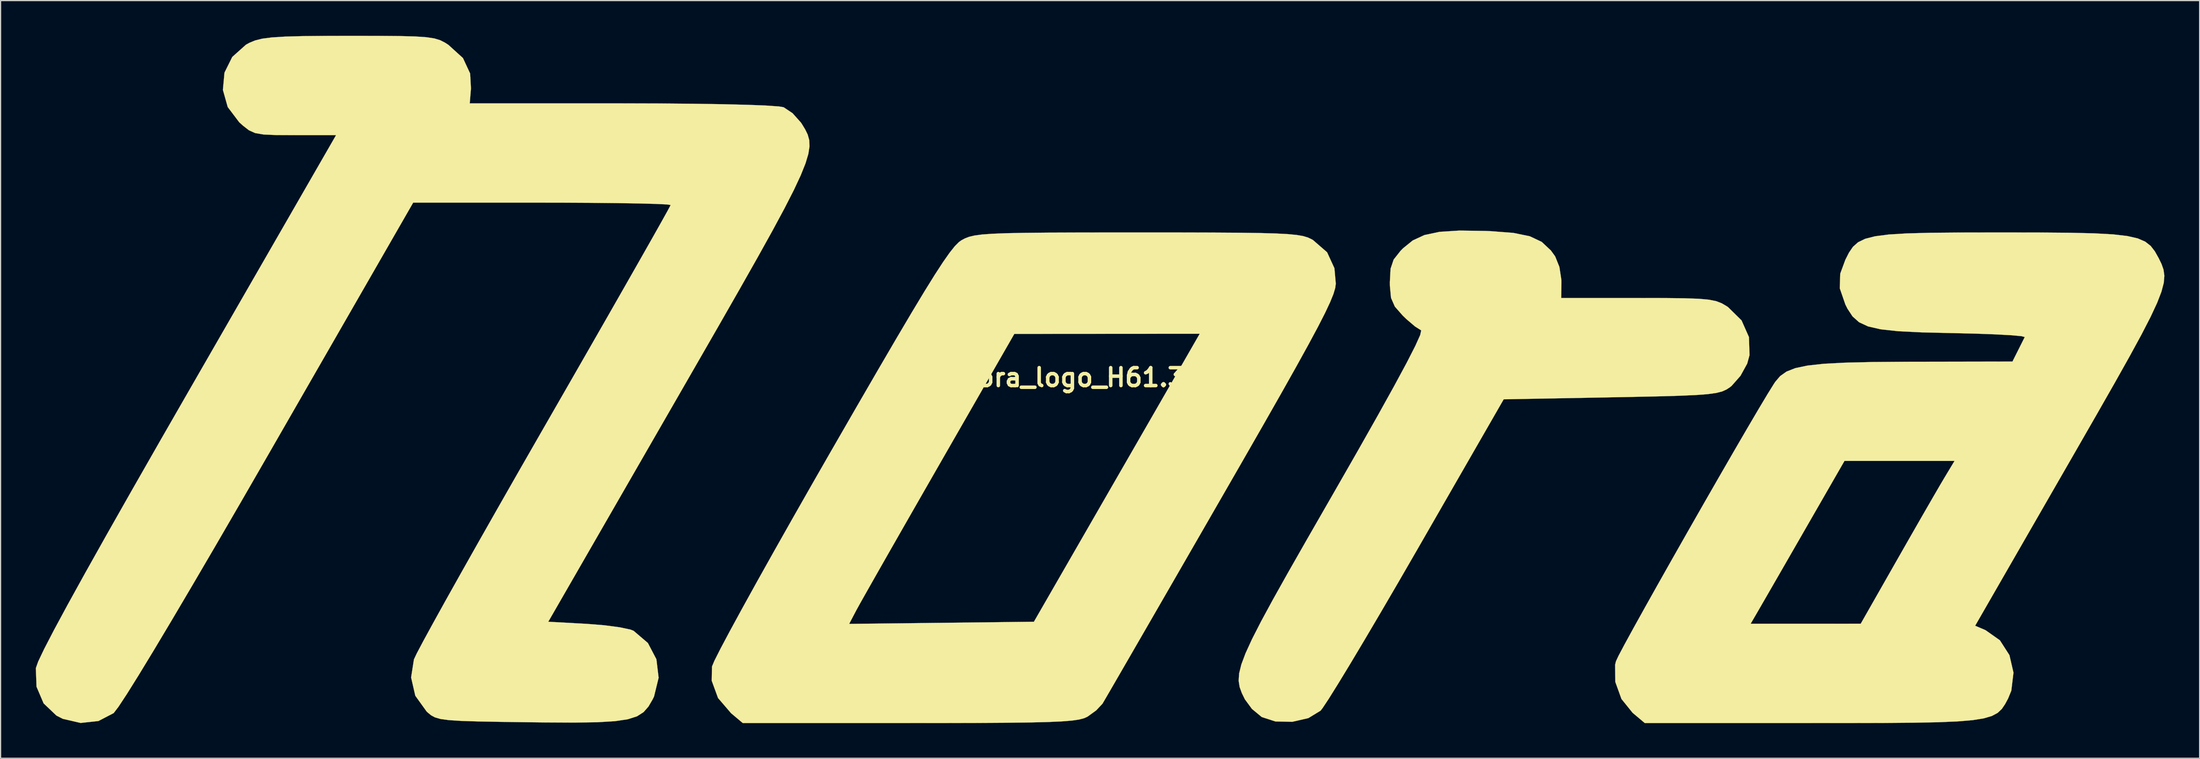
<source format=kicad_pcb>
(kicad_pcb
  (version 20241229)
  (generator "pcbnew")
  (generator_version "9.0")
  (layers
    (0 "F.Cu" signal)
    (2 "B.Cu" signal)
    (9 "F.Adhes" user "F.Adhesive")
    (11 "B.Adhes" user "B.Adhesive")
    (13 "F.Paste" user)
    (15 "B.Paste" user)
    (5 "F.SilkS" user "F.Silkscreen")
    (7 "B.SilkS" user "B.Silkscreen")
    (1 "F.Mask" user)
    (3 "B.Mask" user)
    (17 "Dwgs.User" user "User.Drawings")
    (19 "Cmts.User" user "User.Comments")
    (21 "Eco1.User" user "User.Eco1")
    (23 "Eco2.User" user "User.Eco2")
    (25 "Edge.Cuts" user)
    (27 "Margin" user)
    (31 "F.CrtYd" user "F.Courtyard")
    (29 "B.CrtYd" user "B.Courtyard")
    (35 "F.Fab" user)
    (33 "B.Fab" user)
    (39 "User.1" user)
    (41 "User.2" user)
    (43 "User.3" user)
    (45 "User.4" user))
  (footprint "Nora_logo_H61.3mm"
    (layer "F.Cu")
    (at 90.344 29.13)
    (property "Reference" "Nora_logo_H61.3mm" (at 0 0 0) (layer "F.SilkS") (effects (font (size 1.524 1.524) (thickness 0.3))))
    (attr through_hole)
    (fp_poly (pts (xy 33.208 -12.491) (xy 33.658 -12.472) (xy 35.585 -12.325) (xy 36.985 -12.039) (xy 38.003 -11.559) (xy 38.785 -10.828) (xy 39.151 -10.323) (xy 39.513 -9.42) (xy 39.683 -8.299) (xy 39.685 -8.127) (xy 39.666 -6.773) (xy 46.199 -6.773) (xy 48.468 -6.77) (xy 50.166 -6.751) (xy 51.398 -6.708) (xy 52.27 -6.628) (xy 52.887 -6.502) (xy 53.355 -6.319) (xy 53.781 -6.068) (xy 53.883 -6) (xy 55.038 -4.862) (xy 55.668 -3.44) (xy 55.715 -1.899) (xy 55.517 -1.176) (xy 54.945 -0.138) (xy 54.181 0.728) (xy 54.078 0.81) (xy 53.759 1.024) (xy 53.384 1.193) (xy 52.871 1.324) (xy 52.136 1.425) (xy 51.096 1.502) (xy 49.668 1.563) (xy 47.768 1.616) (xy 45.313 1.668) (xy 43.944 1.693) (xy 34.765 1.863) (xy 27.365 14.732) (xy 25.79 17.457) (xy 24.293 20.022) (xy 22.913 22.363) (xy 21.688 24.415) (xy 20.656 26.112) (xy 19.858 27.391) (xy 19.331 28.186) (xy 19.157 28.41) (xy 18.115 29.044) (xy 16.737 29.36) (xy 15.302 29.329) (xy 14.144 28.953) (xy 13.307 28.26) (xy 12.704 27.44) (xy 12.443 26.905) (xy 12.258 26.395) (xy 12.174 25.856) (xy 12.215 25.231) (xy 12.403 24.468) (xy 12.762 23.511) (xy 13.315 22.305) (xy 14.086 20.796) (xy 15.099 18.929) (xy 16.376 16.649) (xy 17.942 13.902) (xy 19.819 10.634) (xy 20.184 10) (xy 22.277 6.346) (xy 24.023 3.259) (xy 25.427 0.73) (xy 26.495 -1.25) (xy 27.231 -2.693) (xy 27.643 -3.608) (xy 27.734 -4.006) (xy 27.715 -4.024) (xy 27.212 -4.342) (xy 26.478 -4.966) (xy 26.162 -5.27) (xy 25.486 -6.04) (xy 25.16 -6.784) (xy 25.064 -7.815) (xy 25.061 -8.128) (xy 25.121 -9.268) (xy 25.384 -10.052) (xy 25.972 -10.795) (xy 26.182 -11.01) (xy 27.012 -11.682) (xy 28.009 -12.142) (xy 29.295 -12.415) (xy 30.988 -12.523) (xy 33.208 -12.491)) (stroke (width 0.01) (type solid)) (fill yes) (layer "F.SilkS"))
    (fp_poly (pts (xy 7.001 -12.36) (xy 9.834 -12.353) (xy 12.122 -12.339) (xy 13.93 -12.314) (xy 15.324 -12.276) (xy 16.37 -12.221) (xy 17.135 -12.147) (xy 17.683 -12.051) (xy 18.081 -11.93) (xy 18.395 -11.781) (xy 18.515 -11.711) (xy 19.713 -10.672) (xy 20.338 -9.312) (xy 20.455 -7.992) (xy 20.404 -7.616) (xy 20.252 -7.108) (xy 19.973 -6.42) (xy 19.544 -5.507) (xy 18.94 -4.324) (xy 18.135 -2.824) (xy 17.107 -0.961) (xy 15.83 1.311) (xy 14.279 4.037) (xy 12.43 7.263) (xy 10.666 10.329) (xy 8.873 13.442) (xy 7.175 16.388) (xy 5.603 19.114) (xy 4.188 21.566) (xy 2.961 23.69) (xy 1.954 25.432) (xy 1.198 26.738) (xy 0.724 27.553) (xy 0.569 27.816) (xy 0.035 28.384) (xy -0.702 28.917) (xy -0.996 29.052) (xy -1.42 29.164) (xy -2.035 29.254) (xy -2.904 29.324) (xy -4.091 29.377) (xy -5.659 29.415) (xy -7.67 29.441) (xy -10.187 29.456) (xy -13.274 29.463) (xy -15.859 29.464) (xy -30.089 29.464) (xy -31.087 28.624) (xy -32.197 27.331) (xy -32.734 25.862) (xy -32.713 24.644) (xy -32.508 24.154) (xy -31.993 23.134) (xy -31.199 21.64) (xy -30.856 21.01) (xy -21.02 21.01) (xy -5.277 20.828) (xy 0.768 10.329) (xy 2.214 7.818) (xy 3.595 5.42) (xy 4.863 3.218) (xy 5.971 1.291) (xy 6.874 -0.277) (xy 7.524 -1.407) (xy 7.834 -1.947) (xy 8.855 -3.725) (xy 0.956 -3.72) (xy -6.943 -3.715) (xy -13.377 7.496) (xy -14.844 10.055) (xy -16.225 12.468) (xy -17.48 14.665) (xy -18.566 16.572) (xy -19.442 18.117) (xy -20.068 19.227) (xy -20.401 19.83) (xy -20.416 19.859) (xy -21.02 21.01) (xy -30.856 21.01) (xy -30.157 19.726) (xy -28.898 17.449) (xy -27.451 14.864) (xy -25.848 12.026) (xy -24.119 8.99) (xy -22.556 6.265) (xy -20.407 2.538) (xy -18.564 -0.643) (xy -17.001 -3.319) (xy -15.692 -5.534) (xy -14.609 -7.331) (xy -13.727 -8.752) (xy -13.018 -9.841) (xy -12.457 -10.639) (xy -12.018 -11.191) (xy -11.672 -11.539) (xy -11.472 -11.684) (xy -11.163 -11.852) (xy -10.81 -11.989) (xy -10.349 -12.099) (xy -9.712 -12.186) (xy -8.834 -12.25) (xy -7.647 -12.297) (xy -6.087 -12.328) (xy -4.086 -12.348) (xy -1.578 -12.357) (xy 1.503 -12.361) (xy 3.556 -12.361) (xy 7.001 -12.36)) (stroke (width 0.01) (type solid)) (fill yes) (layer "F.SilkS"))
    (fp_poly (pts (xy 80.424 -12.357) (xy 83.027 -12.336) (xy 85.094 -12.287) (xy 86.698 -12.199) (xy 87.911 -12.059) (xy 88.802 -11.856) (xy 89.443 -11.577) (xy 89.907 -11.213) (xy 90.263 -10.75) (xy 90.584 -10.178) (xy 90.588 -10.171) (xy 90.832 -9.67) (xy 91.001 -9.188) (xy 91.072 -8.67) (xy 91.021 -8.063) (xy 90.824 -7.312) (xy 90.458 -6.364) (xy 89.899 -5.163) (xy 89.123 -3.657) (xy 88.106 -1.79) (xy 86.826 0.491) (xy 85.258 3.241) (xy 83.378 6.514) (xy 83.024 7.129) (xy 74.947 21.167) (xy 75.828 21.544) (xy 77.054 22.408) (xy 77.868 23.674) (xy 78.213 25.165) (xy 78.028 26.705) (xy 77.756 27.37) (xy 77.493 27.859) (xy 77.216 28.266) (xy 76.863 28.597) (xy 76.372 28.861) (xy 75.682 29.065) (xy 74.732 29.217) (xy 73.46 29.324) (xy 71.804 29.395) (xy 69.703 29.436) (xy 67.097 29.457) (xy 63.922 29.463) (xy 61.003 29.464) (xy 46.788 29.464) (xy 45.752 28.593) (xy 44.8 27.412) (xy 44.275 25.957) (xy 44.261 24.485) (xy 44.331 24.196) (xy 44.547 23.734) (xy 45.059 22.767) (xy 45.822 21.372) (xy 46.03 20.997) (xy 55.813 20.997) (xy 60.503 20.996) (xy 65.193 20.994) (xy 68.325 15.492) (xy 69.383 13.638) (xy 70.388 11.885) (xy 71.267 10.36) (xy 71.948 9.187) (xy 72.324 8.551) (xy 73.19 7.112) (xy 63.812 7.112) (xy 60.452 12.954) (xy 59.376 14.825) (xy 58.375 16.564) (xy 57.514 18.058) (xy 56.857 19.197) (xy 56.469 19.869) (xy 56.453 19.897) (xy 55.813 20.997) (xy 46.03 20.997) (xy 46.789 19.631) (xy 47.916 17.62) (xy 49.157 15.422) (xy 50.468 13.113) (xy 51.803 10.775) (xy 53.117 8.485) (xy 54.365 6.325) (xy 55.501 4.372) (xy 56.48 2.706) (xy 57.258 1.406) (xy 57.788 0.553) (xy 57.912 0.367) (xy 58.324 -0.116) (xy 58.866 -0.5) (xy 59.615 -0.795) (xy 60.648 -1.013) (xy 62.041 -1.166) (xy 63.871 -1.263) (xy 66.214 -1.317) (xy 69.146 -1.339) (xy 69.626 -1.34) (xy 78.123 -1.355) (xy 78.59 -2.286) (xy 78.956 -3.016) (xy 79.172 -3.445) (xy 78.888 -3.521) (xy 78.028 -3.599) (xy 76.696 -3.672) (xy 74.992 -3.734) (xy 73.019 -3.782) (xy 72.917 -3.783) (xy 70.358 -3.844) (xy 68.384 -3.942) (xy 66.903 -4.102) (xy 65.822 -4.349) (xy 65.05 -4.708) (xy 64.495 -5.204) (xy 64.063 -5.86) (xy 63.884 -6.217) (xy 63.407 -7.6) (xy 63.447 -8.853) (xy 63.884 -10.039) (xy 64.193 -10.647) (xy 64.529 -11.138) (xy 64.964 -11.526) (xy 65.569 -11.821) (xy 66.416 -12.037) (xy 67.574 -12.187) (xy 69.117 -12.281) (xy 71.113 -12.334) (xy 73.636 -12.356) (xy 76.755 -12.361) (xy 77.216 -12.361) (xy 80.424 -12.357)) (stroke (width 0.01) (type solid)) (fill yes) (layer "F.SilkS"))
    (fp_poly (pts (xy -61.221 -29.122) (xy -59.386 -29.108) (xy -58.032 -29.073) (xy -57.062 -29.008) (xy -56.378 -28.905) (xy -55.88 -28.754) (xy -55.473 -28.547) (xy -55.173 -28.353) (xy -53.937 -27.231) (xy -53.324 -25.913) (xy -53.254 -24.638) (xy -53.358 -23.368) (xy -40.417 -23.368) (xy -37.197 -23.359) (xy -34.285 -23.334) (xy -31.745 -23.295) (xy -29.64 -23.242) (xy -28.034 -23.178) (xy -26.991 -23.103) (xy -26.608 -23.038) (xy -25.846 -22.53) (xy -25.123 -21.721) (xy -25.043 -21.598) (xy -24.767 -21.144) (xy -24.555 -20.708) (xy -24.426 -20.245) (xy -24.4 -19.71) (xy -24.498 -19.06) (xy -24.741 -18.249) (xy -25.148 -17.234) (xy -25.739 -15.968) (xy -26.536 -14.409) (xy -27.558 -12.51) (xy -28.826 -10.228) (xy -30.359 -7.519) (xy -32.179 -4.336) (xy -34.306 -0.637) (xy -35.647 1.693) (xy -46.665 20.828) (xy -43.398 21.006) (xy -41.897 21.126) (xy -40.587 21.298) (xy -39.661 21.495) (xy -39.396 21.597) (xy -38.176 22.637) (xy -37.449 24.025) (xy -37.259 25.6) (xy -37.651 27.203) (xy -37.767 27.443) (xy -38.125 28.057) (xy -38.543 28.534) (xy -39.105 28.892) (xy -39.894 29.144) (xy -40.992 29.306) (xy -42.483 29.395) (xy -44.449 29.425) (xy -46.974 29.412) (xy -48.25 29.397) (xy -50.764 29.363) (xy -52.69 29.327) (xy -54.119 29.281) (xy -55.14 29.215) (xy -55.844 29.119) (xy -56.32 28.983) (xy -56.658 28.8) (xy -56.949 28.558) (xy -57.039 28.473) (xy -57.999 27.137) (xy -58.357 25.575) (xy -58.116 24.037) (xy -57.873 23.523) (xy -57.32 22.477) (xy -56.487 20.952) (xy -55.407 19.002) (xy -54.107 16.682) (xy -52.619 14.044) (xy -50.973 11.144) (xy -49.198 8.034) (xy -47.325 4.768) (xy -46.956 4.126) (xy -45.086 0.872) (xy -43.32 -2.206) (xy -41.685 -5.061) (xy -40.212 -7.641) (xy -38.927 -9.897) (xy -37.86 -11.778) (xy -37.039 -13.235) (xy -36.492 -14.218) (xy -36.248 -14.676) (xy -36.237 -14.703) (xy -36.563 -14.751) (xy -37.486 -14.795) (xy -38.927 -14.833) (xy -40.806 -14.864) (xy -43.044 -14.886) (xy -45.561 -14.899) (xy -47.209 -14.901) (xy -58.18 -14.901) (xy -70.447 6.438) (xy -72.819 10.552) (xy -75.009 14.325) (xy -76.999 17.726) (xy -78.769 20.724) (xy -80.302 23.289) (xy -81.579 25.389) (xy -82.582 26.995) (xy -83.293 28.075) (xy -83.692 28.598) (xy -83.716 28.621) (xy -85.004 29.292) (xy -86.522 29.456) (xy -88.044 29.104) (xy -88.588 28.825) (xy -89.677 27.787) (xy -90.281 26.37) (xy -90.339 24.782) (xy -90.143 24.226) (xy -89.63 23.147) (xy -88.796 21.538) (xy -87.638 19.392) (xy -86.151 16.7) (xy -84.331 13.455) (xy -82.174 9.651) (xy -79.676 5.279) (xy -77.459 1.42) (xy -64.752 -20.659) (xy -68.279 -20.659) (xy -69.863 -20.666) (xy -70.932 -20.712) (xy -71.65 -20.835) (xy -72.178 -21.073) (xy -72.682 -21.464) (xy -73.009 -21.76) (xy -73.986 -23.054) (xy -74.397 -24.515) (xy -74.262 -25.99) (xy -73.599 -27.326) (xy -72.43 -28.371) (xy -72.136 -28.532) (xy -71.653 -28.732) (xy -71.049 -28.883) (xy -70.227 -28.99) (xy -69.089 -29.061) (xy -67.538 -29.103) (xy -65.477 -29.121) (xy -63.635 -29.125) (xy -61.221 -29.122)) (stroke (width 0.01) (type solid)) (fill yes) (layer "F.SilkS")))
  (gr_rect
    (start -3 -3)
    (end 184.421 61.599)
    (stroke (width 0.1) (type default))
    (fill no)
    (layer "Edge.Cuts")))
</source>
